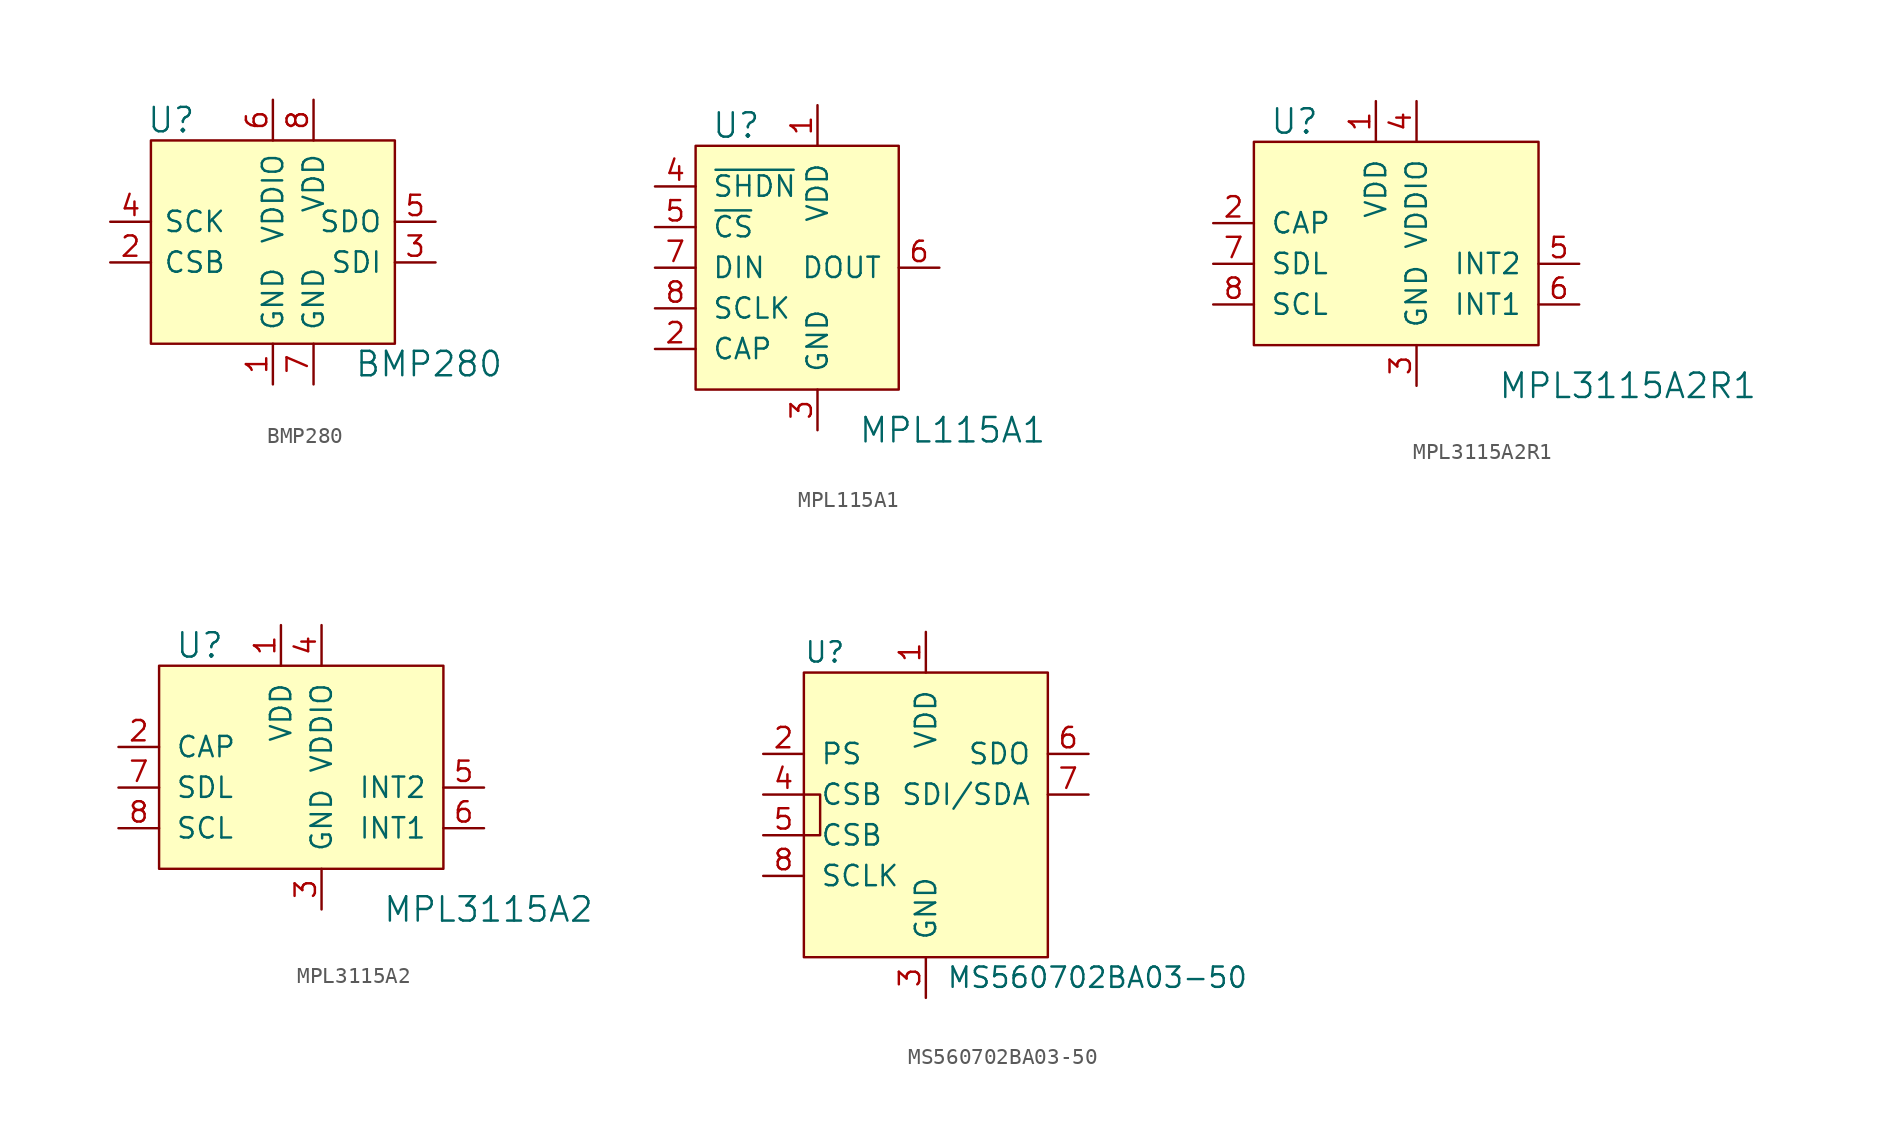
<source format=kicad_sym>
(kicad_symbol_lib
  (version 20220914)
  (generator kicad_symbol_editor)
  (symbol "BMP280"
    (pin_names
      (offset 0.762))
    (property "Reference" "U"
      (at -6.35 8.89 0)
      (effects (font (size 1.524 1.524))))
    (property "Value" "BMP280"
      (at 5.08 -6.35 0)
      (effects (font (size 1.524 1.524)) (justify left)))
    (symbol "BMP280_0_1"
      (rectangle (start 7.62 7.62) (end -7.62 -5.08) (stroke (width 0) (type default)) (fill (type background))))
    (symbol "BMP280_1_1"
      (pin power_in line (at 0 -7.62 90) (length 2.54) (name "GND" (effects (font (size 1.27 1.27)))) (number "1" (effects (font (size 1.27 1.27)))))
      (pin input line (at -10.16 0 0) (length 2.54) (name "CSB" (effects (font (size 1.27 1.27)))) (number "2" (effects (font (size 1.27 1.27)))))
      (pin bidirectional line (at 10.16 0 180) (length 2.54) (name "SDI" (effects (font (size 1.27 1.27)))) (number "3" (effects (font (size 1.27 1.27)))))
      (pin input line (at -10.16 2.54 0) (length 2.54) (name "SCK" (effects (font (size 1.27 1.27)))) (number "4" (effects (font (size 1.27 1.27)))))
      (pin bidirectional line (at 10.16 2.54 180) (length 2.54) (name "SDO" (effects (font (size 1.27 1.27)))) (number "5" (effects (font (size 1.27 1.27)))))
      (pin power_in line (at 0 10.16 270) (length 2.54) (name "VDDIO" (effects (font (size 1.27 1.27)))) (number "6" (effects (font (size 1.27 1.27)))))
      (pin power_in line (at 2.54 -7.62 90) (length 2.54) (name "GND" (effects (font (size 1.27 1.27)))) (number "7" (effects (font (size 1.27 1.27)))))
      (pin power_in line (at 2.54 10.16 270) (length 2.54) (name "VDD" (effects (font (size 1.27 1.27)))) (number "8" (effects (font (size 1.27 1.27)))))))
  (symbol "MPL115A1"
    (pin_names
      (offset 1.016))
    (property "Reference" "U"
      (at -5.08 8.89 0)
      (effects (font (size 1.524 1.524))))
    (property "Value" "MPL115A1"
      (at 2.54 -10.16 0)
      (effects (font (size 1.524 1.524)) (justify left)))
    (symbol "MPL115A1_0_1"
      (rectangle (start -7.62 7.62) (end 5.08 -7.62) (stroke (width 0) (type default)) (fill (type background))))
    (symbol "MPL115A1_1_1"
      (pin power_in line (at 0 10.16 270) (length 2.54) (name "VDD" (effects (font (size 1.27 1.27)))) (number "1" (effects (font (size 1.27 1.27)))))
      (pin passive line (at -10.16 -5.08 0) (length 2.54) (name "CAP" (effects (font (size 1.27 1.27)))) (number "2" (effects (font (size 1.27 1.27)))))
      (pin power_in line (at 0 -10.16 90) (length 2.54) (name "GND" (effects (font (size 1.27 1.27)))) (number "3" (effects (font (size 1.27 1.27)))))
      (pin input line (at -10.16 5.08 0) (length 2.54) (name "~{SHDN}" (effects (font (size 1.27 1.27)))) (number "4" (effects (font (size 1.27 1.27)))))
      (pin input line (at -10.16 2.54 0) (length 2.54) (name "~{CS}" (effects (font (size 1.27 1.27)))) (number "5" (effects (font (size 1.27 1.27)))))
      (pin output line (at 7.62 0 180) (length 2.54) (name "DOUT" (effects (font (size 1.27 1.27)))) (number "6" (effects (font (size 1.27 1.27)))))
      (pin input line (at -10.16 0 0) (length 2.54) (name "DIN" (effects (font (size 1.27 1.27)))) (number "7" (effects (font (size 1.27 1.27)))))
      (pin input line (at -10.16 -2.54 0) (length 2.54) (name "SCLK" (effects (font (size 1.27 1.27)))) (number "8" (effects (font (size 1.27 1.27)))))))
  (symbol "MPL3115A2R1"
    (pin_names
      (offset 1.016))
    (property "Reference" "U"
      (at -5.08 8.89 0)
      (effects (font (size 1.524 1.524))))
    (property "Value" "MPL3115A2R1"
      (at 7.62 -7.62 0)
      (effects (font (size 1.524 1.524)) (justify left)))
    (symbol "MPL3115A2R1_0_1"
      (rectangle (start -7.62 7.62) (end 10.16 -5.08) (stroke (width 0) (type default)) (fill (type background))))
    (symbol "MPL3115A2R1_1_1"
      (pin power_in line (at 0 10.16 270) (length 2.54) (name "VDD" (effects (font (size 1.27 1.27)))) (number "1" (effects (font (size 1.27 1.27)))))
      (pin passive line (at -10.16 2.54 0) (length 2.54) (name "CAP" (effects (font (size 1.27 1.27)))) (number "2" (effects (font (size 1.27 1.27)))))
      (pin power_in line (at 2.54 -7.62 90) (length 2.54) (name "GND" (effects (font (size 1.27 1.27)))) (number "3" (effects (font (size 1.27 1.27)))))
      (pin power_in line (at 2.54 10.16 270) (length 2.54) (name "VDDIO" (effects (font (size 1.27 1.27)))) (number "4" (effects (font (size 1.27 1.27)))))
      (pin output line (at 12.7 0 180) (length 2.54) (name "INT2" (effects (font (size 1.27 1.27)))) (number "5" (effects (font (size 1.27 1.27)))))
      (pin output line (at 12.7 -2.54 180) (length 2.54) (name "INT1" (effects (font (size 1.27 1.27)))) (number "6" (effects (font (size 1.27 1.27)))))
      (pin bidirectional line (at -10.16 0 0) (length 2.54) (name "SDL" (effects (font (size 1.27 1.27)))) (number "7" (effects (font (size 1.27 1.27)))))
      (pin input line (at -10.16 -2.54 0) (length 2.54) (name "SCL" (effects (font (size 1.27 1.27)))) (number "8" (effects (font (size 1.27 1.27)))))))
  (symbol "MPL3115A2"
    (pin_names
      (offset 1.016))
    (property "Reference" "U"
      (at -5.08 8.89 0)
      (effects (font (size 1.524 1.524))))
    (property "Value" "MPL3115A2"
      (at 6.35 -7.62 0)
      (effects (font (size 1.524 1.524)) (justify left)))
    (symbol "MPL3115A2_0_1"
      (rectangle (start -7.62 7.62) (end 10.16 -5.08) (stroke (width 0) (type default)) (fill (type background))))
    (symbol "MPL3115A2_1_1"
      (pin power_in line (at 0 10.16 270) (length 2.54) (name "VDD" (effects (font (size 1.27 1.27)))) (number "1" (effects (font (size 1.27 1.27)))))
      (pin passive line (at -10.16 2.54 0) (length 2.54) (name "CAP" (effects (font (size 1.27 1.27)))) (number "2" (effects (font (size 1.27 1.27)))))
      (pin power_in line (at 2.54 -7.62 90) (length 2.54) (name "GND" (effects (font (size 1.27 1.27)))) (number "3" (effects (font (size 1.27 1.27)))))
      (pin power_in line (at 2.54 10.16 270) (length 2.54) (name "VDDIO" (effects (font (size 1.27 1.27)))) (number "4" (effects (font (size 1.27 1.27)))))
      (pin output line (at 12.7 0 180) (length 2.54) (name "INT2" (effects (font (size 1.27 1.27)))) (number "5" (effects (font (size 1.27 1.27)))))
      (pin output line (at 12.7 -2.54 180) (length 2.54) (name "INT1" (effects (font (size 1.27 1.27)))) (number "6" (effects (font (size 1.27 1.27)))))
      (pin bidirectional line (at -10.16 0 0) (length 2.54) (name "SDL" (effects (font (size 1.27 1.27)))) (number "7" (effects (font (size 1.27 1.27)))))
      (pin input line (at -10.16 -2.54 0) (length 2.54) (name "SCL" (effects (font (size 1.27 1.27)))) (number "8" (effects (font (size 1.27 1.27)))))))
  (symbol "MS560702BA03-50"
    (pin_names
      (offset 1.016))
    (property "Reference" "U"
      (at -7.62 8.89 0)
      (effects (font (size 1.27 1.27)) (justify left)))
    (property "Value" "MS560702BA03-50"
      (at 1.27 -11.43 0)
      (effects (font (size 1.27 1.27)) (justify left)))
    (symbol "MS560702BA03-50_0_1"
      (rectangle (start -7.62 7.62) (end 7.62 -10.16) (stroke (width 0) (type default)) (fill (type background)))
      (polyline (pts (xy -7.62 0) (xy -6.604 0) (xy -6.604 -2.54) (xy -7.62 -2.54)) (stroke (width 0) (type default)) (fill (type none))))
    (symbol "MS560702BA03-50_1_1"
      (pin power_in line (at 0 10.16 270) (length 2.54) (name "VDD" (effects (font (size 1.27 1.27)))) (number "1" (effects (font (size 1.27 1.27)))))
      (pin input line (at -10.16 2.54 0) (length 2.54) (name "PS" (effects (font (size 1.27 1.27)))) (number "2" (effects (font (size 1.27 1.27)))))
      (pin power_in line (at 0 -12.7 90) (length 2.54) (name "GND" (effects (font (size 1.27 1.27)))) (number "3" (effects (font (size 1.27 1.27)))))
      (pin input line (at -10.16 0 0) (length 2.54) (name "CSB" (effects (font (size 1.27 1.27)))) (number "4" (effects (font (size 1.27 1.27)))))
      (pin input line (at -10.16 -2.54 0) (length 2.54) (name "CSB" (effects (font (size 1.27 1.27)))) (number "5" (effects (font (size 1.27 1.27)))))
      (pin output line (at 10.16 2.54 180) (length 2.54) (name "SDO" (effects (font (size 1.27 1.27)))) (number "6" (effects (font (size 1.27 1.27)))))
      (pin bidirectional line (at 10.16 0 180) (length 2.54) (name "SDI/SDA" (effects (font (size 1.27 1.27)))) (number "7" (effects (font (size 1.27 1.27)))))
      (pin input line (at -10.16 -5.08 0) (length 2.54) (name "SCLK" (effects (font (size 1.27 1.27)))) (number "8" (effects (font (size 1.27 1.27))))))))
</source>
